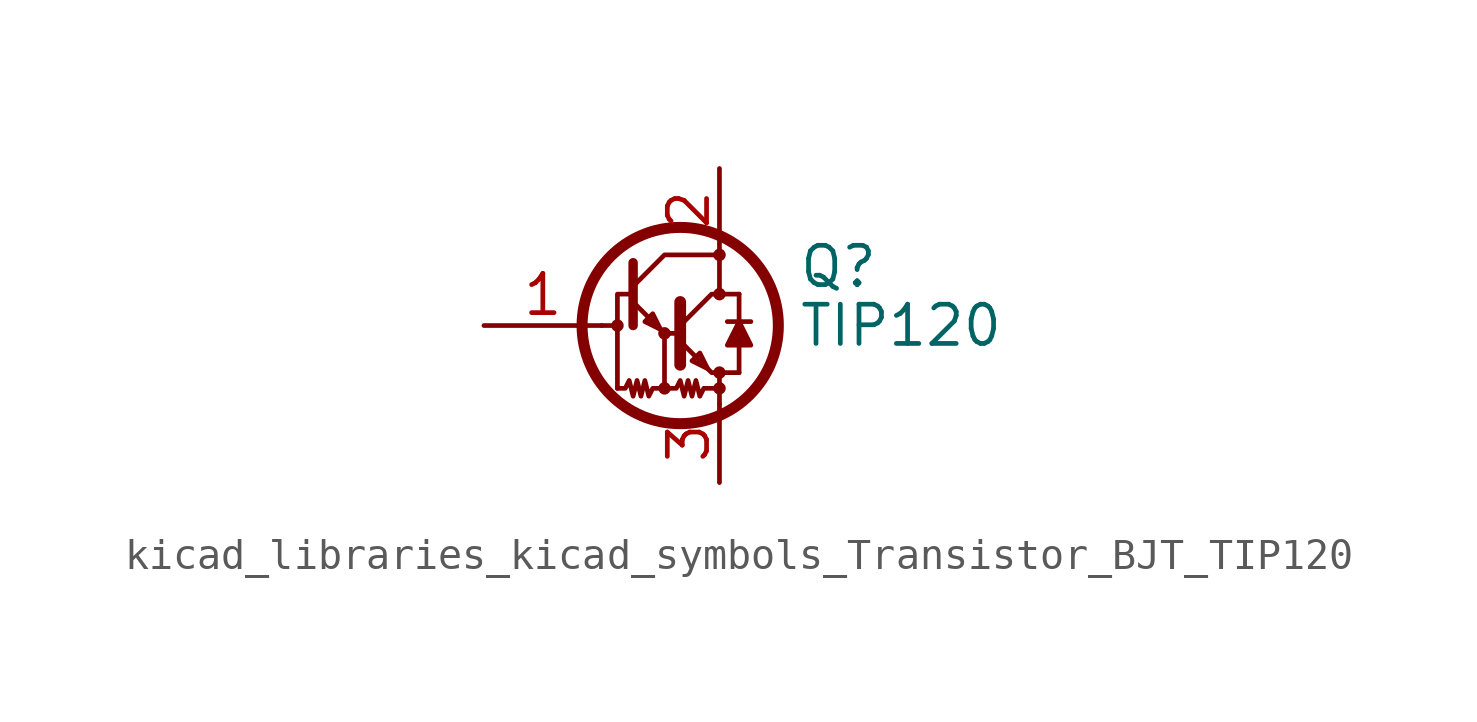
<source format=kicad_sym>
(kicad_symbol_lib
  (version 20220914)
  (generator kicad_symbol_editor)
  (symbol "kicad_libraries_kicad_symbols_Transistor_BJT_TIP120"
    (pin_names
      (offset 0) hide)
    (property "Reference" "Q"
      (at 5.08 1.905 0)
      (effects (font (size 1.27 1.27)) (justify left)))
    (property "Value" "TIP120"
      (at 5.08 0 0)
      (effects (font (size 1.27 1.27)) (justify left)))
    (symbol "kicad_libraries_kicad_symbols_Transistor_BJT_TIP120_0_1"
      (circle (center -0.762 0) (radius 0.127) (stroke (width 0) (type default)) (fill (type none)))
      (polyline (pts (xy -1.27 0) (xy -0.889 0)) (stroke (width 0) (type default)) (fill (type none)))
      (polyline (pts (xy 2.54 -2.032) (xy 2.54 -2.54)) (stroke (width 0) (type default)) (fill (type none)))
      (polyline (pts (xy 2.54 -1.524) (xy 3.175 -1.524)) (stroke (width 0) (type default)) (fill (type none)))
      (polyline (pts (xy 2.794 0.127) (xy 3.556 0.127)) (stroke (width 0) (type default)) (fill (type none)))
      (polyline (pts (xy 3.175 -0.635) (xy 3.175 -1.524)) (stroke (width 0) (type default)) (fill (type none)))
      (polyline (pts (xy 3.175 1.016) (xy 2.54 1.016)) (stroke (width 0) (type default)) (fill (type none)))
      (polyline (pts (xy 3.175 1.016) (xy 3.175 0.127)) (stroke (width 0) (type default)) (fill (type none)))
      (polyline (pts (xy -0.254 0.762) (xy 0.762 -0.254) (xy 1.27 -0.254)) (stroke (width 0) (type default)) (fill (type none)))
      (polyline (pts (xy -0.254 1.016) (xy -0.762 1.016) (xy -0.762 -2.032)) (stroke (width 0) (type default)) (fill (type none)))
      (polyline (pts (xy -0.254 1.27) (xy 0.762 2.286) (xy 2.54 2.286)) (stroke (width 0) (type default)) (fill (type none)))
      (polyline (pts (xy -0.254 2.032) (xy -0.254 0) (xy -0.254 0)) (stroke (width 0.305) (type default)) (fill (type none)))
      (polyline (pts (xy 1.27 0.762) (xy 1.27 -1.27) (xy 1.27 -1.27)) (stroke (width 0.381) (type default)) (fill (type none)))
      (polyline (pts (xy 0.635 -0.127) (xy 0.381 0.381) (xy 0.127 0.127) (xy 0.635 -0.127)) (stroke (width 0) (type default)) (fill (type none)))
      (polyline (pts (xy 1.27 -0.508) (xy 2.286 -1.524) (xy 2.54 -1.524) (xy 2.54 -2.032)) (stroke (width 0) (type default)) (fill (type none)))
      (polyline (pts (xy 1.27 0) (xy 2.286 1.016) (xy 2.54 1.016) (xy 2.54 2.286)) (stroke (width 0) (type default)) (fill (type none)))
      (polyline (pts (xy 2.159 -1.397) (xy 1.905 -0.889) (xy 1.651 -1.143) (xy 2.159 -1.397)) (stroke (width 0) (type default)) (fill (type none)))
      (polyline (pts (xy 3.175 0.127) (xy 2.794 -0.635) (xy 3.556 -0.635) (xy 3.175 0.127)) (stroke (width 0) (type default)) (fill (type outline)))
      (polyline (pts (xy 0.762 -2.032) (xy 0.381 -2.032) (xy 0.254 -2.286) (xy 0.127 -1.778) (xy 0 -2.286) (xy -0.127 -1.778) (xy -0.254 -2.286) (xy -0.381 -1.778) (xy -0.508 -2.032) (xy -0.762 -2.032)) (stroke (width 0) (type default)) (fill (type none)))
      (polyline (pts (xy 0.762 -0.254) (xy 0.762 -2.032) (xy 1.143 -2.032) (xy 1.27 -1.778) (xy 1.397 -2.286) (xy 1.524 -1.778) (xy 1.651 -2.286) (xy 1.778 -1.778) (xy 1.905 -2.286) (xy 2.032 -2.032) (xy 2.54 -2.032)) (stroke (width 0) (type default)) (fill (type none)))
      (circle (center 0.762 -2.032) (radius 0.127) (stroke (width 0) (type default)) (fill (type none)))
      (circle (center 0.762 -0.254) (radius 0.127) (stroke (width 0) (type default)) (fill (type none)))
      (circle (center 1.27 0) (radius 3.175) (stroke (width 0.356) (type default)) (fill (type none)))
      (circle (center 2.54 -2.032) (radius 0.127) (stroke (width 0) (type default)) (fill (type none)))
      (circle (center 2.54 -1.524) (radius 0.127) (stroke (width 0) (type default)) (fill (type none)))
      (circle (center 2.54 1.016) (radius 0.127) (stroke (width 0) (type default)) (fill (type none)))
      (circle (center 2.54 2.286) (radius 0.127) (stroke (width 0) (type default)) (fill (type none))))
    (symbol "kicad_libraries_kicad_symbols_Transistor_BJT_TIP120_1_1"
      (pin input line (at -5.08 0 0) (length 3.81) (name "B" (effects (font (size 1.27 1.27)))) (number "1" (effects (font (size 1.27 1.27)))))
      (pin passive line (at 2.54 5.08 270) (length 2.667) (name "C" (effects (font (size 1.27 1.27)))) (number "2" (effects (font (size 1.27 1.27)))))
      (pin passive line (at 2.54 -5.08 90) (length 2.54) (name "E" (effects (font (size 1.27 1.27)))) (number "3" (effects (font (size 1.27 1.27))))))))
</source>
